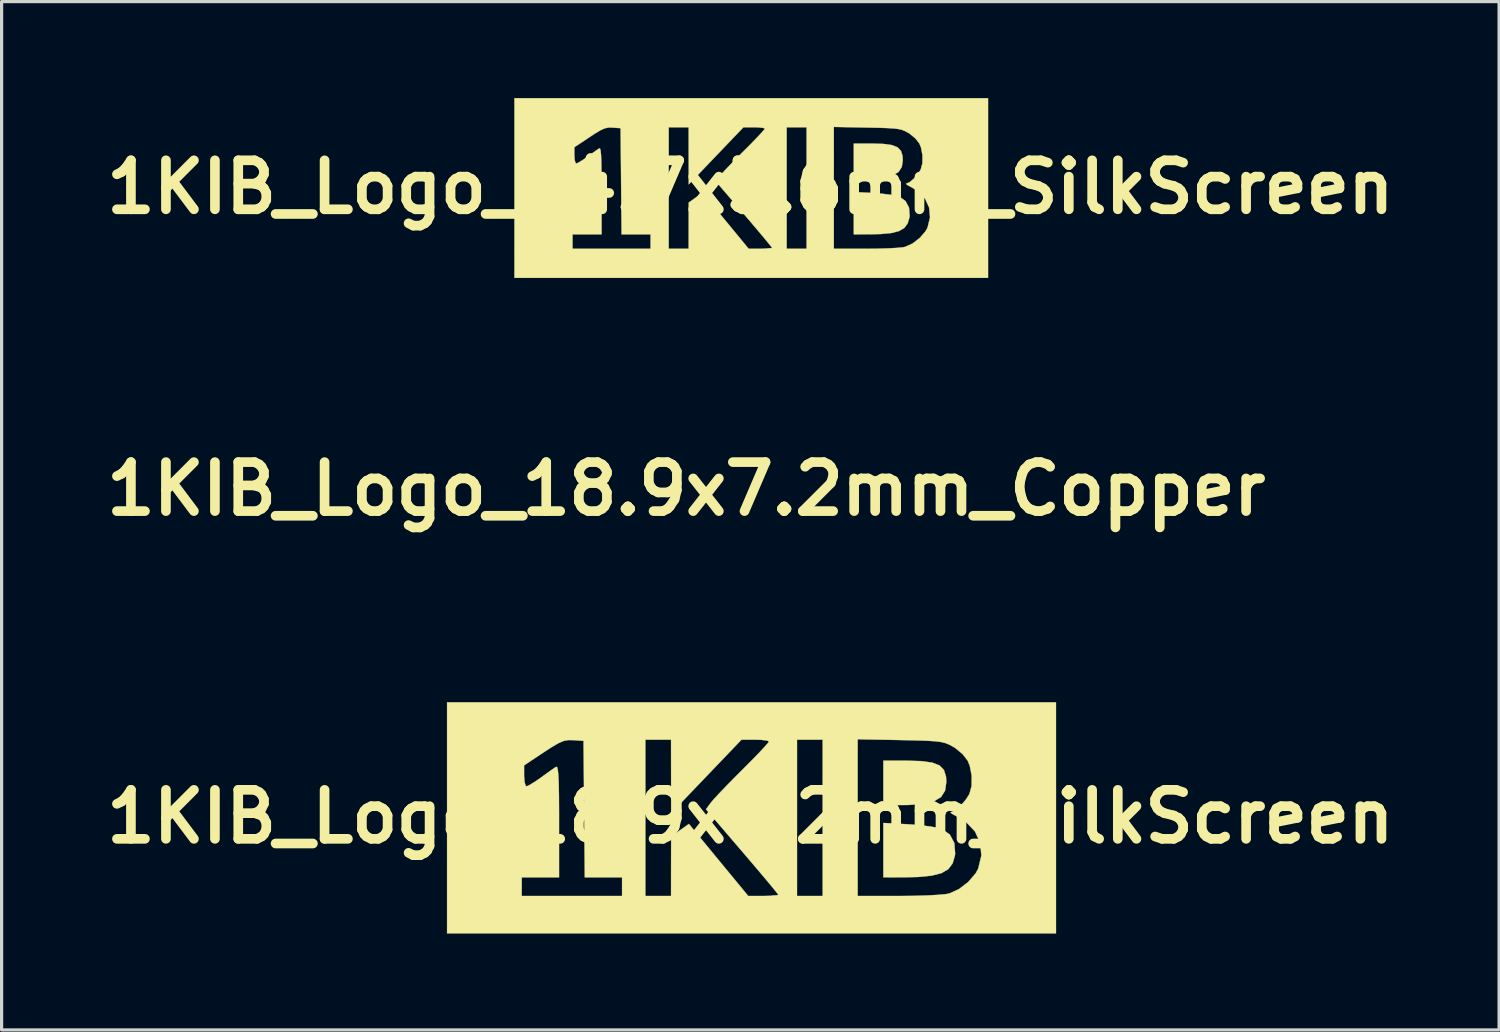
<source format=kicad_pcb>
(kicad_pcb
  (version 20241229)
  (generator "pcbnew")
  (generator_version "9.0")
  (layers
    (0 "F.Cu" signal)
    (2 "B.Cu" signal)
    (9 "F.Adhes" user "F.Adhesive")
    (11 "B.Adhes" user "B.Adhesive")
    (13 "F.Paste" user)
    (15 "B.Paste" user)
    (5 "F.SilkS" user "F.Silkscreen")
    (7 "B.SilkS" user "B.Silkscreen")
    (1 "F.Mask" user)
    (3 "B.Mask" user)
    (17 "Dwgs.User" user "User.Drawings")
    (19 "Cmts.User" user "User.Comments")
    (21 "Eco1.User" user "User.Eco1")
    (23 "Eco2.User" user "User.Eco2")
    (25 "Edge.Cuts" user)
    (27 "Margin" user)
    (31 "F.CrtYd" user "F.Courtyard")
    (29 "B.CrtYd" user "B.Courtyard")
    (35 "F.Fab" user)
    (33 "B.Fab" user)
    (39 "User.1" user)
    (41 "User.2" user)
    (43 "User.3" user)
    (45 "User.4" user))
  (footprint "1KIB_Logo_18.9x7.2mm_SilkScreen"
    (layer "F.Cu")
    (at 20.291 22.354)
    (property "Reference" "1KIB_Logo_18.9x7.2mm_SilkScreen" (at 0 0 0) (layer "F.SilkS") (effects (font (size 1.524 1.524) (thickness 0.3))))
    (attr through_hole)
    (fp_poly (pts (xy 5.326 -1.728) (xy 5.661 -1.681) (xy 5.887 -1.592) (xy 6.023 -1.45) (xy 6.086 -1.247) (xy 6.096 -1.078) (xy 6.057 -0.81) (xy 5.931 -0.611) (xy 5.706 -0.475) (xy 5.369 -0.395) (xy 4.908 -0.364) (xy 4.792 -0.363) (xy 4.137 -0.363) (xy 4.137 -1.742) (xy 4.866 -1.742) (xy 5.326 -1.728)) (stroke (width 0.01) (type solid)) (fill yes) (layer "F.SilkS"))
    (fp_poly (pts (xy 4.924 0.237) (xy 5.276 0.265) (xy 5.601 0.305) (xy 5.854 0.352) (xy 5.963 0.385) (xy 6.206 0.558) (xy 6.345 0.821) (xy 6.37 1.149) (xy 6.362 1.212) (xy 6.292 1.452) (xy 6.159 1.631) (xy 5.946 1.756) (xy 5.637 1.835) (xy 5.215 1.876) (xy 4.808 1.885) (xy 4.137 1.887) (xy 4.137 0.196) (xy 4.924 0.237)) (stroke (width 0.01) (type solid)) (fill yes) (layer "F.SilkS"))
    (fp_poly (pts (xy 9.507 3.629) (xy -9.434 3.629) (xy -9.434 1.887) (xy -7.112 1.887) (xy -7.112 2.467) (xy -3.991 2.467) (xy -3.991 1.887) (xy -5.15 1.887) (xy -5.17 -0.236) (xy -5.189 -2.359) (xy -5.507 -2.381) (xy -5.668 -2.383) (xy -5.816 -2.354) (xy -5.985 -2.279) (xy -6.212 -2.144) (xy -6.432 -2) (xy -7.039 -1.596) (xy -7.039 -1.27) (xy -7.024 -1.075) (xy -6.986 -0.958) (xy -6.964 -0.943) (xy -6.87 -0.984) (xy -6.699 -1.089) (xy -6.51 -1.22) (xy -6.299 -1.373) (xy -6.127 -1.494) (xy -6.042 -1.551) (xy -6.012 -1.54) (xy -5.989 -1.459) (xy -5.973 -1.293) (xy -5.961 -1.03) (xy -5.954 -0.655) (xy -5.951 -0.156) (xy -5.951 0.141) (xy -5.951 1.887) (xy -7.112 1.887) (xy -9.434 1.887) (xy -9.434 -2.395) (xy -3.266 -2.395) (xy -3.266 2.467) (xy -2.467 2.467) (xy -2.466 1.542) (xy -2.464 0.617) (xy -1.912 0.226) (xy -0.989 1.347) (xy -0.066 2.467) (xy 0.402 2.467) (xy 0.642 2.462) (xy 0.811 2.449) (xy 0.871 2.432) (xy 0.826 2.369) (xy 0.699 2.212) (xy 0.503 1.976) (xy 0.251 1.677) (xy -0.043 1.331) (xy -0.255 1.083) (xy -1.38 -0.23) (xy -1.239 -0.423) (xy -1.141 -0.54) (xy -0.959 -0.736) (xy -0.717 -0.988) (xy -0.434 -1.275) (xy -0.259 -1.45) (xy 0.023 -1.733) (xy 0.265 -1.982) (xy 0.449 -2.179) (xy 0.558 -2.304) (xy 0.581 -2.339) (xy 0.515 -2.369) (xy 0.344 -2.389) (xy 0.152 -2.395) (xy 1.451 -2.395) (xy 1.451 2.467) (xy 2.25 2.467) (xy 3.338 2.467) (xy 4.626 2.467) (xy 5.066 2.463) (xy 5.473 2.451) (xy 5.819 2.433) (xy 6.073 2.41) (xy 6.189 2.39) (xy 6.49 2.252) (xy 6.78 2.028) (xy 7.008 1.763) (xy 7.087 1.618) (xy 7.186 1.21) (xy 7.15 0.816) (xy 6.987 0.46) (xy 6.706 0.163) (xy 6.423 -0.008) (xy 6.274 -0.087) (xy 6.225 -0.136) (xy 6.246 -0.144) (xy 6.374 -0.2) (xy 6.54 -0.342) (xy 6.703 -0.531) (xy 6.813 -0.703) (xy 6.882 -0.956) (xy 6.885 -1.272) (xy 6.825 -1.584) (xy 6.76 -1.743) (xy 6.601 -1.948) (xy 6.372 -2.137) (xy 6.306 -2.177) (xy 6.185 -2.242) (xy 6.066 -2.29) (xy 5.925 -2.324) (xy 5.736 -2.347) (xy 5.475 -2.363) (xy 5.117 -2.374) (xy 4.663 -2.384) (xy 3.338 -2.409) (xy 3.338 2.467) (xy 2.25 2.467) (xy 2.25 -2.395) (xy 1.451 -2.395) (xy 0.152 -2.395) (xy -0.276 -2.395) (xy -1.37 -1.252) (xy -2.464 -0.109) (xy -2.467 -2.395) (xy -3.266 -2.395) (xy -9.434 -2.395) (xy -9.434 -3.556) (xy 9.507 -3.556) (xy 9.507 3.629)) (stroke (width 0.01) (type solid)) (fill yes) (layer "F.SilkS")))
  (footprint "1KIB_Logo_18.9x7.2mm_Copper"
    (layer "F.Cu")
    (at 18.295 12.159)
    (property "Reference" "1KIB_Logo_18.9x7.2mm_Copper" (at 0 0 0) (layer "F.SilkS") (effects (font (size 1.524 1.524) (thickness 0.3))))
    (attr through_hole)
    (fp_poly (pts (xy 5.326 -1.728) (xy 5.661 -1.681) (xy 5.887 -1.592) (xy 6.023 -1.45) (xy 6.086 -1.247) (xy 6.096 -1.078) (xy 6.057 -0.81) (xy 5.931 -0.611) (xy 5.706 -0.475) (xy 5.369 -0.395) (xy 4.908 -0.364) (xy 4.792 -0.363) (xy 4.137 -0.363) (xy 4.137 -1.742) (xy 4.866 -1.742) (xy 5.326 -1.728)) (stroke (width 0.01) (type solid)) (fill yes) (layer "F.Mask"))
    (fp_poly (pts (xy 4.924 0.237) (xy 5.276 0.265) (xy 5.601 0.305) (xy 5.854 0.352) (xy 5.963 0.385) (xy 6.206 0.558) (xy 6.345 0.821) (xy 6.37 1.149) (xy 6.362 1.212) (xy 6.292 1.452) (xy 6.159 1.631) (xy 5.946 1.756) (xy 5.637 1.835) (xy 5.215 1.876) (xy 4.808 1.885) (xy 4.137 1.887) (xy 4.137 0.196) (xy 4.924 0.237)) (stroke (width 0.01) (type solid)) (fill yes) (layer "F.Mask"))
    (fp_poly (pts (xy 9.507 3.629) (xy -9.434 3.629) (xy -9.434 1.887) (xy -7.112 1.887) (xy -7.112 2.467) (xy -3.991 2.467) (xy -3.991 1.887) (xy -5.15 1.887) (xy -5.17 -0.236) (xy -5.189 -2.359) (xy -5.507 -2.381) (xy -5.668 -2.383) (xy -5.816 -2.354) (xy -5.985 -2.279) (xy -6.212 -2.144) (xy -6.432 -2) (xy -7.039 -1.596) (xy -7.039 -1.27) (xy -7.024 -1.075) (xy -6.986 -0.958) (xy -6.964 -0.943) (xy -6.87 -0.984) (xy -6.699 -1.089) (xy -6.51 -1.22) (xy -6.299 -1.373) (xy -6.127 -1.494) (xy -6.042 -1.551) (xy -6.012 -1.54) (xy -5.989 -1.459) (xy -5.973 -1.293) (xy -5.961 -1.03) (xy -5.954 -0.655) (xy -5.951 -0.156) (xy -5.951 0.141) (xy -5.951 1.887) (xy -7.112 1.887) (xy -9.434 1.887) (xy -9.434 -2.395) (xy -3.266 -2.395) (xy -3.266 2.467) (xy -2.467 2.467) (xy -2.466 1.542) (xy -2.464 0.617) (xy -1.912 0.226) (xy -0.989 1.347) (xy -0.066 2.467) (xy 0.402 2.467) (xy 0.642 2.462) (xy 0.811 2.449) (xy 0.871 2.432) (xy 0.826 2.369) (xy 0.699 2.212) (xy 0.503 1.976) (xy 0.251 1.677) (xy -0.043 1.331) (xy -0.255 1.083) (xy -1.38 -0.23) (xy -1.239 -0.423) (xy -1.141 -0.54) (xy -0.959 -0.736) (xy -0.717 -0.988) (xy -0.434 -1.275) (xy -0.259 -1.45) (xy 0.023 -1.733) (xy 0.265 -1.982) (xy 0.449 -2.179) (xy 0.558 -2.304) (xy 0.581 -2.339) (xy 0.515 -2.369) (xy 0.344 -2.389) (xy 0.152 -2.395) (xy 1.451 -2.395) (xy 1.451 2.467) (xy 2.25 2.467) (xy 3.338 2.467) (xy 4.626 2.467) (xy 5.066 2.463) (xy 5.473 2.451) (xy 5.819 2.433) (xy 6.073 2.41) (xy 6.189 2.39) (xy 6.49 2.252) (xy 6.78 2.028) (xy 7.008 1.763) (xy 7.087 1.618) (xy 7.186 1.21) (xy 7.15 0.816) (xy 6.987 0.46) (xy 6.706 0.163) (xy 6.423 -0.008) (xy 6.274 -0.087) (xy 6.225 -0.136) (xy 6.246 -0.144) (xy 6.374 -0.2) (xy 6.54 -0.342) (xy 6.703 -0.531) (xy 6.813 -0.703) (xy 6.882 -0.956) (xy 6.885 -1.272) (xy 6.825 -1.584) (xy 6.76 -1.743) (xy 6.601 -1.948) (xy 6.372 -2.137) (xy 6.306 -2.177) (xy 6.185 -2.242) (xy 6.066 -2.29) (xy 5.925 -2.324) (xy 5.736 -2.347) (xy 5.475 -2.363) (xy 5.117 -2.374) (xy 4.663 -2.384) (xy 3.338 -2.409) (xy 3.338 2.467) (xy 2.25 2.467) (xy 2.25 -2.395) (xy 1.451 -2.395) (xy 0.152 -2.395) (xy -0.276 -2.395) (xy -1.37 -1.252) (xy -2.464 -0.109) (xy -2.467 -2.395) (xy -3.266 -2.395) (xy -9.434 -2.395) (xy -9.434 -3.556) (xy 9.507 -3.556) (xy 9.507 3.629)) (stroke (width 0.01) (type solid)) (fill yes) (layer "F.Mask")))
  (footprint "1KIB_Logo_14.7x5.6mm_SilkScreen"
    (layer "F.Cu")
    (at 20.291 2.771)
    (property "Reference" "1KIB_Logo_14.7x5.6mm_SilkScreen" (at 0 0 0) (layer "F.SilkS") (effects (font (size 1.524 1.524) (thickness 0.3))))
    (attr through_hole)
    (fp_poly (pts (xy 4.143 -1.344) (xy 4.403 -1.308) (xy 4.579 -1.238) (xy 4.685 -1.128) (xy 4.734 -0.97) (xy 4.741 -0.838) (xy 4.711 -0.63) (xy 4.613 -0.475) (xy 4.438 -0.369) (xy 4.176 -0.307) (xy 3.817 -0.283) (xy 3.727 -0.282) (xy 3.217 -0.282) (xy 3.217 -1.355) (xy 3.785 -1.355) (xy 4.143 -1.344)) (stroke (width 0.01) (type solid)) (fill yes) (layer "F.SilkS"))
    (fp_poly (pts (xy 3.83 0.185) (xy 4.104 0.206) (xy 4.356 0.237) (xy 4.553 0.273) (xy 4.638 0.299) (xy 4.827 0.434) (xy 4.935 0.638) (xy 4.954 0.893) (xy 4.948 0.943) (xy 4.893 1.129) (xy 4.79 1.268) (xy 4.625 1.366) (xy 4.385 1.428) (xy 4.056 1.459) (xy 3.739 1.466) (xy 3.217 1.468) (xy 3.217 0.152) (xy 3.83 0.185)) (stroke (width 0.01) (type solid)) (fill yes) (layer "F.SilkS"))
    (fp_poly (pts (xy 7.394 2.822) (xy -7.338 2.822) (xy -7.338 1.468) (xy -5.532 1.468) (xy -5.532 1.919) (xy -3.104 1.919) (xy -3.104 1.468) (xy -4.006 1.468) (xy -4.021 -0.183) (xy -4.036 -1.834) (xy -4.283 -1.852) (xy -4.408 -1.854) (xy -4.523 -1.831) (xy -4.655 -1.773) (xy -4.831 -1.668) (xy -5.003 -1.555) (xy -5.475 -1.241) (xy -5.475 -0.987) (xy -5.463 -0.836) (xy -5.434 -0.745) (xy -5.416 -0.734) (xy -5.343 -0.765) (xy -5.21 -0.847) (xy -5.063 -0.949) (xy -4.899 -1.068) (xy -4.766 -1.162) (xy -4.699 -1.206) (xy -4.676 -1.198) (xy -4.658 -1.134) (xy -4.645 -1.006) (xy -4.636 -0.801) (xy -4.631 -0.51) (xy -4.629 -0.121) (xy -4.628 0.11) (xy -4.628 1.468) (xy -5.532 1.468) (xy -7.338 1.468) (xy -7.338 -1.863) (xy -2.54 -1.863) (xy -2.54 1.919) (xy -1.919 1.919) (xy -1.918 1.199) (xy -1.917 0.48) (xy -1.702 0.328) (xy -1.487 0.176) (xy -0.769 1.048) (xy -0.052 1.919) (xy 0.313 1.919) (xy 0.499 1.915) (xy 0.63 1.905) (xy 0.677 1.891) (xy 0.642 1.842) (xy 0.543 1.72) (xy 0.391 1.537) (xy 0.195 1.304) (xy -0.033 1.035) (xy -0.198 0.842) (xy -1.074 -0.179) (xy -0.964 -0.329) (xy -0.887 -0.42) (xy -0.746 -0.572) (xy -0.557 -0.769) (xy -0.338 -0.992) (xy -0.201 -1.128) (xy 0.018 -1.348) (xy 0.206 -1.542) (xy 0.349 -1.694) (xy 0.434 -1.792) (xy 0.452 -1.819) (xy 0.4 -1.842) (xy 0.267 -1.858) (xy 0.118 -1.863) (xy 1.129 -1.863) (xy 1.129 1.919) (xy 1.75 1.919) (xy 2.596 1.919) (xy 3.598 1.919) (xy 3.94 1.915) (xy 4.257 1.906) (xy 4.526 1.892) (xy 4.724 1.875) (xy 4.813 1.859) (xy 5.048 1.752) (xy 5.273 1.577) (xy 5.451 1.371) (xy 5.512 1.259) (xy 5.589 0.941) (xy 5.561 0.635) (xy 5.434 0.358) (xy 5.216 0.127) (xy 4.995 -0.006) (xy 4.88 -0.067) (xy 4.841 -0.105) (xy 4.858 -0.112) (xy 4.958 -0.156) (xy 5.087 -0.266) (xy 5.213 -0.413) (xy 5.299 -0.547) (xy 5.352 -0.744) (xy 5.355 -0.989) (xy 5.308 -1.232) (xy 5.258 -1.356) (xy 5.134 -1.515) (xy 4.956 -1.662) (xy 4.905 -1.693) (xy 4.811 -1.744) (xy 4.718 -1.781) (xy 4.608 -1.807) (xy 4.461 -1.825) (xy 4.258 -1.838) (xy 3.98 -1.847) (xy 3.627 -1.854) (xy 2.596 -1.873) (xy 2.596 1.919) (xy 1.75 1.919) (xy 1.75 -1.863) (xy 1.129 -1.863) (xy 0.118 -1.863) (xy -0.215 -1.863) (xy -1.916 -0.085) (xy -1.918 -0.974) (xy -1.919 -1.863) (xy -2.54 -1.863) (xy -7.338 -1.863) (xy -7.338 -2.766) (xy 7.394 -2.766) (xy 7.394 2.822)) (stroke (width 0.01) (type solid)) (fill yes) (layer "F.SilkS")))
  (gr_rect
    (start -3 -3)
    (end 43.582 28.987)
    (stroke (width 0.1) (type default))
    (fill no)
    (layer "Edge.Cuts")))
</source>
